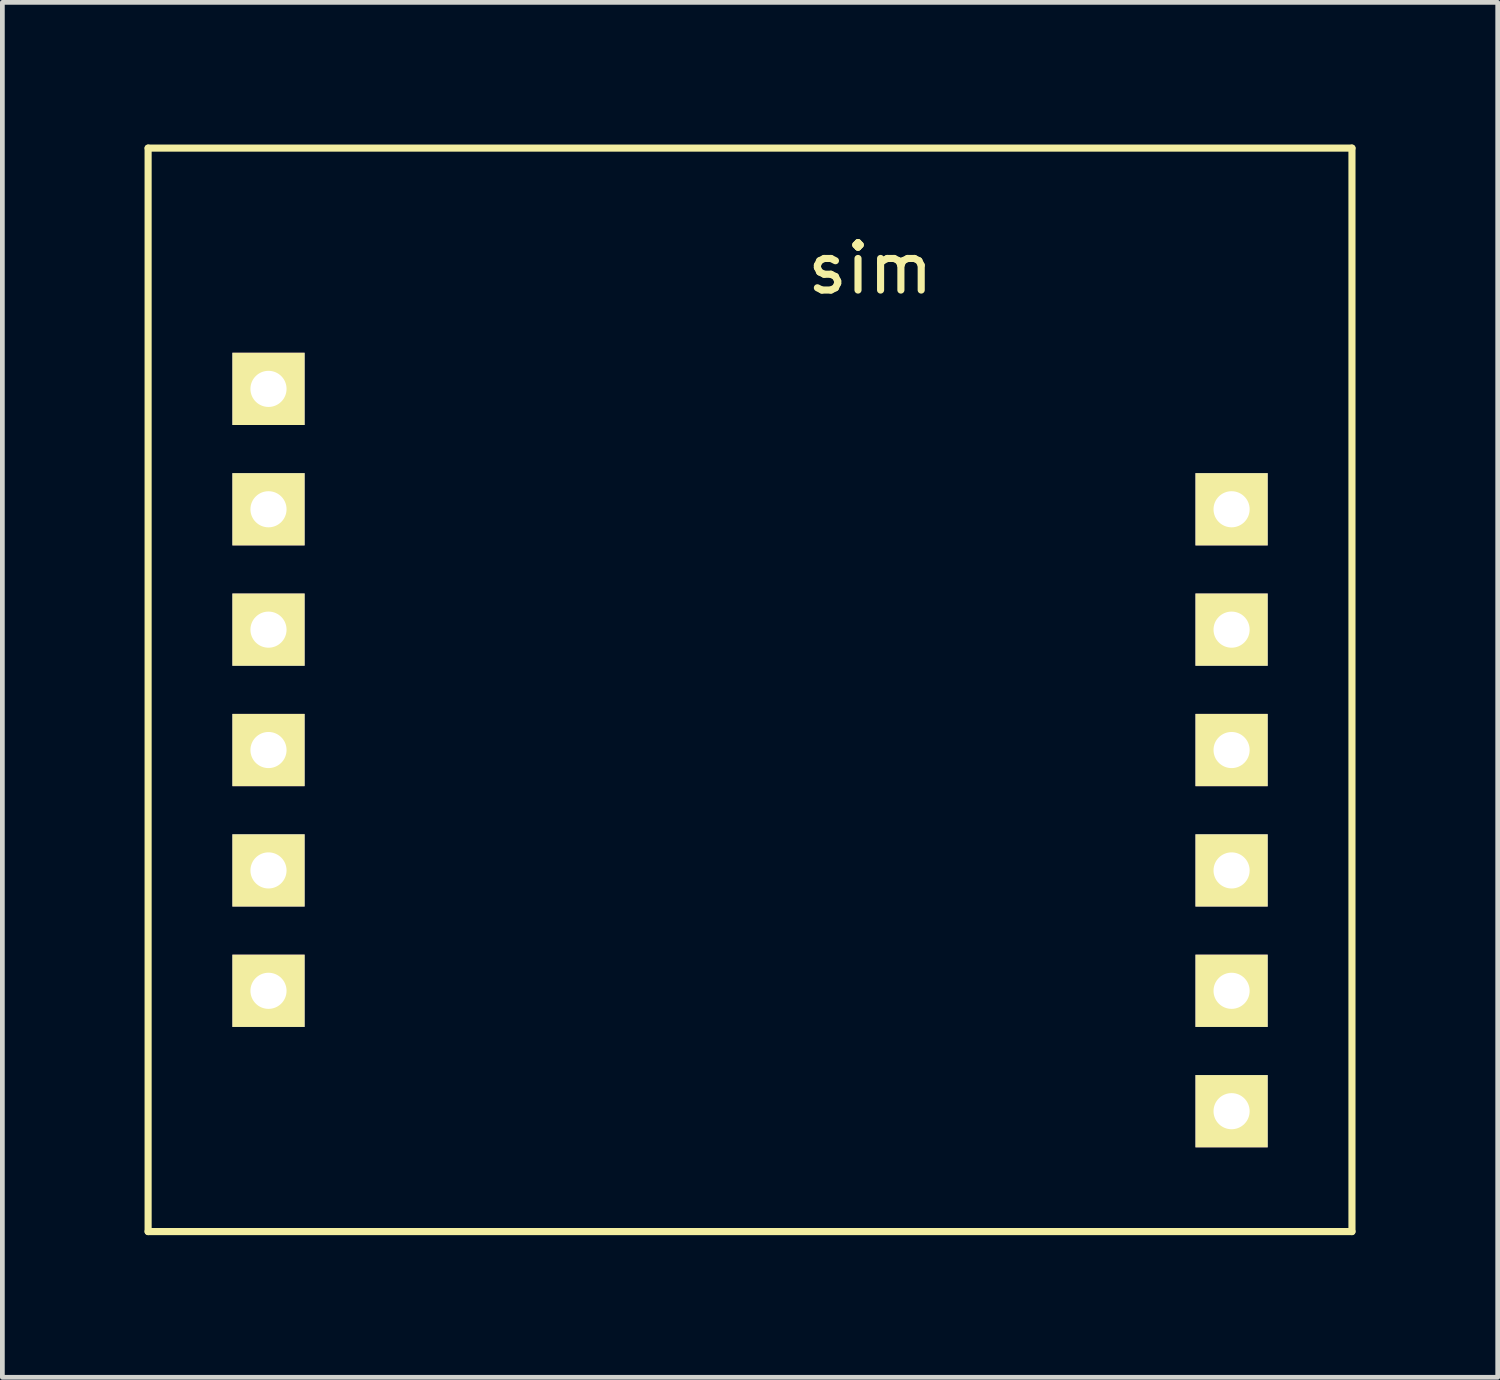
<source format=kicad_pcb>
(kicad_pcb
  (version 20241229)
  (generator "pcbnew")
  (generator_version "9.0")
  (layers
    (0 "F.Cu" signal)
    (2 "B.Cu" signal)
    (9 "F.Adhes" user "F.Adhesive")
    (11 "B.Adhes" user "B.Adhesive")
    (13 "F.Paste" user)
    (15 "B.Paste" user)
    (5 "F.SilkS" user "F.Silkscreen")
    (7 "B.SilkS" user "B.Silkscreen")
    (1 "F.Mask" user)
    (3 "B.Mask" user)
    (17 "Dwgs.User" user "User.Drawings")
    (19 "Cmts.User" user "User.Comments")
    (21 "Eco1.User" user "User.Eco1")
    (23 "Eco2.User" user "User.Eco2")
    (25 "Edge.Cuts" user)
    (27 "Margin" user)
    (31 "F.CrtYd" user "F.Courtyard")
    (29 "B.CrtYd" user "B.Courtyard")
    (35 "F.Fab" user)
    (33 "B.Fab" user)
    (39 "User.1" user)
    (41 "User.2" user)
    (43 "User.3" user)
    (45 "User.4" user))
  (footprint "sim"
    (layer "F.Cu")
    (at 12.775 12.775)
    (property "Reference" "sim" (at 2.54 -10.16 0) (layer "F.SilkS") (effects (font (size 1 1) (thickness 0.15))))
    (attr through_hole)
    (fp_line (start -12.7 -12.7) (end 12.7 -12.7) (stroke (width 0.15) (type solid)) (layer "F.SilkS"))
    (fp_line (start -12.7 10.16) (end -12.7 -12.7) (stroke (width 0.15) (type solid)) (layer "F.SilkS"))
    (fp_line (start 12.7 -12.7) (end 12.7 10.16) (stroke (width 0.15) (type solid)) (layer "F.SilkS"))
    (fp_line (start 12.7 10.16) (end -12.7 10.16) (stroke (width 0.15) (type solid)) (layer "F.SilkS"))
    (pad "1" thru_hole rect (at -10.16 -7.62) (size 1.524 1.524) (drill 0.762) (layers "*.Cu" "*.Mask" "F.SilkS"))
    (pad "2" thru_hole rect (at -10.16 -5.08) (size 1.524 1.524) (drill 0.762) (layers "*.Cu" "*.Mask" "F.SilkS"))
    (pad "3" thru_hole rect (at -10.16 -2.54) (size 1.524 1.524) (drill 0.762) (layers "*.Cu" "*.Mask" "F.SilkS"))
    (pad "4" thru_hole rect (at -10.16 0) (size 1.524 1.524) (drill 0.762) (layers "*.Cu" "*.Mask" "F.SilkS"))
    (pad "5" thru_hole rect (at -10.16 2.54) (size 1.524 1.524) (drill 0.762) (layers "*.Cu" "*.Mask" "F.SilkS"))
    (pad "6" thru_hole rect (at -10.16 5.08) (size 1.524 1.524) (drill 0.762) (layers "*.Cu" "*.Mask" "F.SilkS"))
    (pad "7" thru_hole rect (at 10.16 -5.08) (size 1.524 1.524) (drill 0.762) (layers "*.Cu" "*.Mask" "F.SilkS"))
    (pad "8" thru_hole rect (at 10.16 -2.54) (size 1.524 1.524) (drill 0.762) (layers "*.Cu" "*.Mask" "F.SilkS"))
    (pad "9" thru_hole rect (at 10.16 0) (size 1.524 1.524) (drill 0.762) (layers "*.Cu" "*.Mask" "F.SilkS"))
    (pad "10" thru_hole rect (at 10.16 2.54) (size 1.524 1.524) (drill 0.762) (layers "*.Cu" "*.Mask" "F.SilkS"))
    (pad "11" thru_hole rect (at 10.16 5.08) (size 1.524 1.524) (drill 0.762) (layers "*.Cu" "*.Mask" "F.SilkS"))
    (pad "12" thru_hole rect (at 10.16 7.62) (size 1.524 1.524) (drill 0.762) (layers "*.Cu" "*.Mask" "F.SilkS")))
  (gr_rect
    (start -3 -3)
    (end 28.55 26.01)
    (stroke (width 0.1) (type default))
    (fill no)
    (layer "Edge.Cuts")))
</source>
